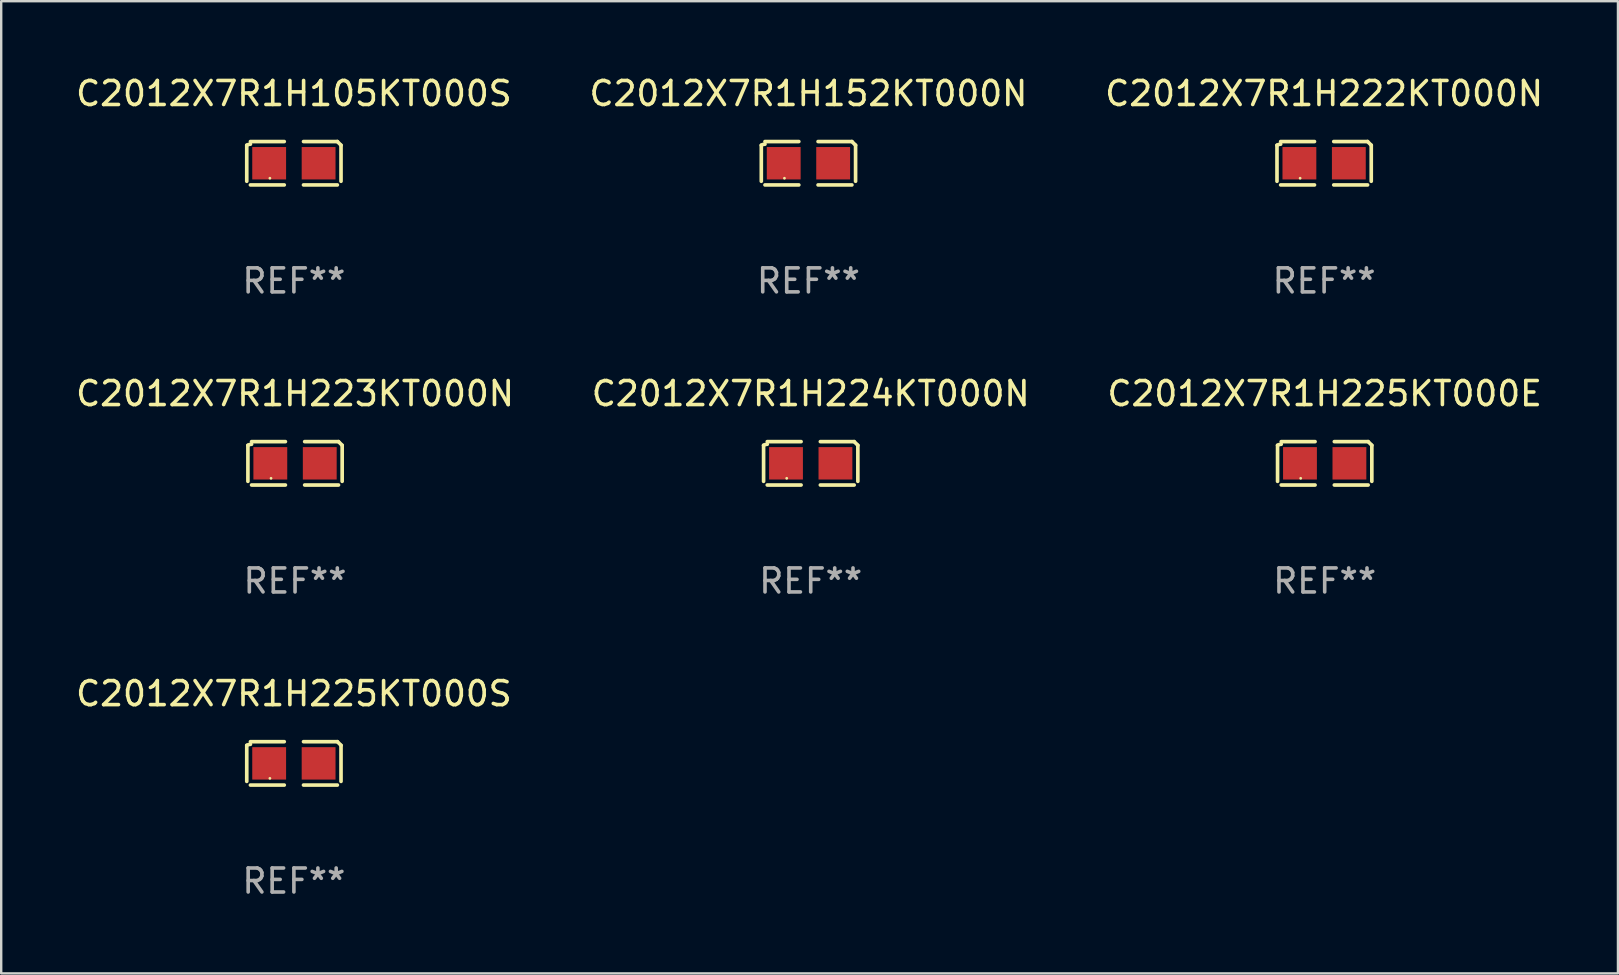
<source format=kicad_pcb>
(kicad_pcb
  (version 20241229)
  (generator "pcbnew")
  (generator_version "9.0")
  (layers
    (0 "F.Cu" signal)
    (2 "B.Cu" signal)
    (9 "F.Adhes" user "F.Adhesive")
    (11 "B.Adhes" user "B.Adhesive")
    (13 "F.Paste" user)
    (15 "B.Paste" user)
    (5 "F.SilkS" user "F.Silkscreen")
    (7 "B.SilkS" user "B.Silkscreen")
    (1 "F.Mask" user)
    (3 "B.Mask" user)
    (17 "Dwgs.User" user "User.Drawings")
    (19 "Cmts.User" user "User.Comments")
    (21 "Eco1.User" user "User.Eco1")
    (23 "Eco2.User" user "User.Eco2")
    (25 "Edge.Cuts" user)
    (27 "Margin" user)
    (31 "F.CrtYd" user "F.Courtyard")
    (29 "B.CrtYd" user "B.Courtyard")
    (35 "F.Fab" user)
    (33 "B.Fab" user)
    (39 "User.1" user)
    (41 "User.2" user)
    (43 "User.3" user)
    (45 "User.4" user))
  (footprint "C2012X7R1H105KT000S"
    (layer "F.Cu")
    (at 9.196 3.752)
    (property "Reference" "C2012X7R1H105KT000S" (at 0 -2.904 0) (layer "F.SilkS") (effects (font (size 1 1) (thickness 0.15))))
    (attr through_hole)
    (fp_line (start -1.964 0.751) (end -1.964 -0.751) (stroke (width 0.152) (type solid)) (layer "F.SilkS"))
    (fp_line (start -1.811 -0.904) (end -0.401 -0.904) (stroke (width 0.152) (type solid)) (layer "F.SilkS"))
    (fp_line (start -0.401 0.904) (end -1.811 0.904) (stroke (width 0.152) (type solid)) (layer "F.SilkS"))
    (fp_line (start 0.401 0.904) (end 1.811 0.904) (stroke (width 0.152) (type solid)) (layer "F.SilkS"))
    (fp_line (start 1.811 -0.904) (end 0.401 -0.904) (stroke (width 0.152) (type solid)) (layer "F.SilkS"))
    (fp_line (start 1.964 0.751) (end 1.964 -0.751) (stroke (width 0.152) (type solid)) (layer "F.SilkS"))
    (fp_arc (start -1.963602 -0.751207) (mid -1.890354 -0.783131) (end -1.811201 -0.794044) (stroke (width 0.1524) (type solid)) (layer "F.SilkS"))
    (fp_arc (start 1.811202 -0.903607) (mid 1.887413 -0.827418) (end 1.963602 -0.751207) (stroke (width 0.1524) (type solid)) (layer "F.SilkS"))
    (fp_circle (center -1 0.625) (end -0.97 0.625) (stroke (width 0.06) (type solid)) (fill no) (layer "F.SilkS"))
    (fp_text user "REF**" (at 0 4.904 0) (layer "F.Fab") (effects (font (size 1 1) (thickness 0.15))))
    (pad "1" smd rect (at -1.03 0) (size 1.41 1.35) (layers "F.Cu" "F.Mask" "F.Paste"))
    (pad "2" smd rect (at 1.03 0) (size 1.41 1.35) (layers "F.Cu" "F.Mask" "F.Paste")))
  (footprint "C2012X7R1H225KT000E"
    (layer "F.Cu")
    (at 52.149 16.256)
    (property "Reference" "C2012X7R1H225KT000E" (at 0 -2.904 0) (layer "F.SilkS") (effects (font (size 1 1) (thickness 0.15))))
    (attr through_hole)
    (fp_line (start -1.964 0.751) (end -1.964 -0.751) (stroke (width 0.152) (type solid)) (layer "F.SilkS"))
    (fp_line (start -1.811 -0.904) (end -0.401 -0.904) (stroke (width 0.152) (type solid)) (layer "F.SilkS"))
    (fp_line (start -0.401 0.904) (end -1.811 0.904) (stroke (width 0.152) (type solid)) (layer "F.SilkS"))
    (fp_line (start 0.401 0.904) (end 1.811 0.904) (stroke (width 0.152) (type solid)) (layer "F.SilkS"))
    (fp_line (start 1.811 -0.904) (end 0.401 -0.904) (stroke (width 0.152) (type solid)) (layer "F.SilkS"))
    (fp_line (start 1.964 0.751) (end 1.964 -0.751) (stroke (width 0.152) (type solid)) (layer "F.SilkS"))
    (fp_arc (start -1.963602 -0.751207) (mid -1.890354 -0.783131) (end -1.811201 -0.794044) (stroke (width 0.1524) (type solid)) (layer "F.SilkS"))
    (fp_arc (start 1.811202 -0.903607) (mid 1.887413 -0.827418) (end 1.963602 -0.751207) (stroke (width 0.1524) (type solid)) (layer "F.SilkS"))
    (fp_circle (center -1 0.625) (end -0.97 0.625) (stroke (width 0.06) (type solid)) (fill no) (layer "F.SilkS"))
    (fp_text user "REF**" (at 0 4.904 0) (layer "F.Fab") (effects (font (size 1 1) (thickness 0.15))))
    (pad "1" smd rect (at -1.03 0) (size 1.41 1.35) (layers "F.Cu" "F.Mask" "F.Paste"))
    (pad "2" smd rect (at 1.03 0) (size 1.41 1.35) (layers "F.Cu" "F.Mask" "F.Paste")))
  (footprint "C2012X7R1H224KT000N"
    (layer "F.Cu")
    (at 30.732 16.256)
    (property "Reference" "C2012X7R1H224KT000N" (at 0 -2.904 0) (layer "F.SilkS") (effects (font (size 1 1) (thickness 0.15))))
    (attr through_hole)
    (fp_line (start -1.964 0.751) (end -1.964 -0.751) (stroke (width 0.152) (type solid)) (layer "F.SilkS"))
    (fp_line (start -1.811 -0.904) (end -0.401 -0.904) (stroke (width 0.152) (type solid)) (layer "F.SilkS"))
    (fp_line (start -0.401 0.904) (end -1.811 0.904) (stroke (width 0.152) (type solid)) (layer "F.SilkS"))
    (fp_line (start 0.401 0.904) (end 1.811 0.904) (stroke (width 0.152) (type solid)) (layer "F.SilkS"))
    (fp_line (start 1.811 -0.904) (end 0.401 -0.904) (stroke (width 0.152) (type solid)) (layer "F.SilkS"))
    (fp_line (start 1.964 0.751) (end 1.964 -0.751) (stroke (width 0.152) (type solid)) (layer "F.SilkS"))
    (fp_arc (start -1.963602 -0.751207) (mid -1.890354 -0.783131) (end -1.811201 -0.794044) (stroke (width 0.1524) (type solid)) (layer "F.SilkS"))
    (fp_arc (start 1.811202 -0.903607) (mid 1.887413 -0.827418) (end 1.963602 -0.751207) (stroke (width 0.1524) (type solid)) (layer "F.SilkS"))
    (fp_circle (center -1 0.625) (end -0.97 0.625) (stroke (width 0.06) (type solid)) (fill no) (layer "F.SilkS"))
    (fp_text user "REF**" (at 0 4.904 0) (layer "F.Fab") (effects (font (size 1 1) (thickness 0.15))))
    (pad "1" smd rect (at -1.03 0) (size 1.41 1.35) (layers "F.Cu" "F.Mask" "F.Paste"))
    (pad "2" smd rect (at 1.03 0) (size 1.41 1.35) (layers "F.Cu" "F.Mask" "F.Paste")))
  (footprint "C2012X7R1H152KT000N"
    (layer "F.Cu")
    (at 30.637 3.752)
    (property "Reference" "C2012X7R1H152KT000N" (at 0 -2.904 0) (layer "F.SilkS") (effects (font (size 1 1) (thickness 0.15))))
    (attr through_hole)
    (fp_line (start -1.964 0.751) (end -1.964 -0.751) (stroke (width 0.152) (type solid)) (layer "F.SilkS"))
    (fp_line (start -1.811 -0.904) (end -0.401 -0.904) (stroke (width 0.152) (type solid)) (layer "F.SilkS"))
    (fp_line (start -0.401 0.904) (end -1.811 0.904) (stroke (width 0.152) (type solid)) (layer "F.SilkS"))
    (fp_line (start 0.401 0.904) (end 1.811 0.904) (stroke (width 0.152) (type solid)) (layer "F.SilkS"))
    (fp_line (start 1.811 -0.904) (end 0.401 -0.904) (stroke (width 0.152) (type solid)) (layer "F.SilkS"))
    (fp_line (start 1.964 0.751) (end 1.964 -0.751) (stroke (width 0.152) (type solid)) (layer "F.SilkS"))
    (fp_arc (start -1.963602 -0.751207) (mid -1.890354 -0.783131) (end -1.811201 -0.794044) (stroke (width 0.1524) (type solid)) (layer "F.SilkS"))
    (fp_arc (start 1.811202 -0.903607) (mid 1.887413 -0.827418) (end 1.963602 -0.751207) (stroke (width 0.1524) (type solid)) (layer "F.SilkS"))
    (fp_circle (center -1 0.625) (end -0.97 0.625) (stroke (width 0.06) (type solid)) (fill no) (layer "F.SilkS"))
    (fp_text user "REF**" (at 0 4.904 0) (layer "F.Fab") (effects (font (size 1 1) (thickness 0.15))))
    (pad "1" smd rect (at -1.03 0) (size 1.41 1.35) (layers "F.Cu" "F.Mask" "F.Paste"))
    (pad "2" smd rect (at 1.03 0) (size 1.41 1.35) (layers "F.Cu" "F.Mask" "F.Paste")))
  (footprint "C2012X7R1H225KT000S"
    (layer "F.Cu")
    (at 9.196 28.759)
    (property "Reference" "C2012X7R1H225KT000S" (at 0 -2.904 0) (layer "F.SilkS") (effects (font (size 1 1) (thickness 0.15))))
    (attr through_hole)
    (fp_line (start -1.964 0.751) (end -1.964 -0.751) (stroke (width 0.152) (type solid)) (layer "F.SilkS"))
    (fp_line (start -1.811 -0.904) (end -0.401 -0.904) (stroke (width 0.152) (type solid)) (layer "F.SilkS"))
    (fp_line (start -0.401 0.904) (end -1.811 0.904) (stroke (width 0.152) (type solid)) (layer "F.SilkS"))
    (fp_line (start 0.401 0.904) (end 1.811 0.904) (stroke (width 0.152) (type solid)) (layer "F.SilkS"))
    (fp_line (start 1.811 -0.904) (end 0.401 -0.904) (stroke (width 0.152) (type solid)) (layer "F.SilkS"))
    (fp_line (start 1.964 0.751) (end 1.964 -0.751) (stroke (width 0.152) (type solid)) (layer "F.SilkS"))
    (fp_arc (start -1.963602 -0.751207) (mid -1.890354 -0.783131) (end -1.811201 -0.794044) (stroke (width 0.1524) (type solid)) (layer "F.SilkS"))
    (fp_arc (start 1.811202 -0.903607) (mid 1.887413 -0.827418) (end 1.963602 -0.751207) (stroke (width 0.1524) (type solid)) (layer "F.SilkS"))
    (fp_circle (center -1 0.625) (end -0.97 0.625) (stroke (width 0.06) (type solid)) (fill no) (layer "F.SilkS"))
    (fp_text user "REF**" (at 0 4.904 0) (layer "F.Fab") (effects (font (size 1 1) (thickness 0.15))))
    (pad "1" smd rect (at -1.03 0) (size 1.41 1.35) (layers "F.Cu" "F.Mask" "F.Paste"))
    (pad "2" smd rect (at 1.03 0) (size 1.41 1.35) (layers "F.Cu" "F.Mask" "F.Paste")))
  (footprint "C2012X7R1H222KT000N"
    (layer "F.Cu")
    (at 52.125 3.752)
    (property "Reference" "C2012X7R1H222KT000N" (at 0 -2.904 0) (layer "F.SilkS") (effects (font (size 1 1) (thickness 0.15))))
    (attr through_hole)
    (fp_line (start -1.964 0.751) (end -1.964 -0.751) (stroke (width 0.152) (type solid)) (layer "F.SilkS"))
    (fp_line (start -1.811 -0.904) (end -0.401 -0.904) (stroke (width 0.152) (type solid)) (layer "F.SilkS"))
    (fp_line (start -0.401 0.904) (end -1.811 0.904) (stroke (width 0.152) (type solid)) (layer "F.SilkS"))
    (fp_line (start 0.401 0.904) (end 1.811 0.904) (stroke (width 0.152) (type solid)) (layer "F.SilkS"))
    (fp_line (start 1.811 -0.904) (end 0.401 -0.904) (stroke (width 0.152) (type solid)) (layer "F.SilkS"))
    (fp_line (start 1.964 0.751) (end 1.964 -0.751) (stroke (width 0.152) (type solid)) (layer "F.SilkS"))
    (fp_arc (start -1.963602 -0.751207) (mid -1.890354 -0.783131) (end -1.811201 -0.794044) (stroke (width 0.1524) (type solid)) (layer "F.SilkS"))
    (fp_arc (start 1.811202 -0.903607) (mid 1.887413 -0.827418) (end 1.963602 -0.751207) (stroke (width 0.1524) (type solid)) (layer "F.SilkS"))
    (fp_circle (center -1 0.625) (end -0.97 0.625) (stroke (width 0.06) (type solid)) (fill no) (layer "F.SilkS"))
    (fp_text user "REF**" (at 0 4.904 0) (layer "F.Fab") (effects (font (size 1 1) (thickness 0.15))))
    (pad "1" smd rect (at -1.03 0) (size 1.41 1.35) (layers "F.Cu" "F.Mask" "F.Paste"))
    (pad "2" smd rect (at 1.03 0) (size 1.41 1.35) (layers "F.Cu" "F.Mask" "F.Paste")))
  (footprint "C2012X7R1H223KT000N"
    (layer "F.Cu")
    (at 9.244 16.256)
    (property "Reference" "C2012X7R1H223KT000N" (at 0 -2.904 0) (layer "F.SilkS") (effects (font (size 1 1) (thickness 0.15))))
    (attr through_hole)
    (fp_line (start -1.964 0.751) (end -1.964 -0.751) (stroke (width 0.152) (type solid)) (layer "F.SilkS"))
    (fp_line (start -1.811 -0.904) (end -0.401 -0.904) (stroke (width 0.152) (type solid)) (layer "F.SilkS"))
    (fp_line (start -0.401 0.904) (end -1.811 0.904) (stroke (width 0.152) (type solid)) (layer "F.SilkS"))
    (fp_line (start 0.401 0.904) (end 1.811 0.904) (stroke (width 0.152) (type solid)) (layer "F.SilkS"))
    (fp_line (start 1.811 -0.904) (end 0.401 -0.904) (stroke (width 0.152) (type solid)) (layer "F.SilkS"))
    (fp_line (start 1.964 0.751) (end 1.964 -0.751) (stroke (width 0.152) (type solid)) (layer "F.SilkS"))
    (fp_arc (start -1.963602 -0.751207) (mid -1.890354 -0.783131) (end -1.811201 -0.794044) (stroke (width 0.1524) (type solid)) (layer "F.SilkS"))
    (fp_arc (start 1.811202 -0.903607) (mid 1.887413 -0.827418) (end 1.963602 -0.751207) (stroke (width 0.1524) (type solid)) (layer "F.SilkS"))
    (fp_circle (center -1 0.625) (end -0.97 0.625) (stroke (width 0.06) (type solid)) (fill no) (layer "F.SilkS"))
    (fp_text user "REF**" (at 0 4.904 0) (layer "F.Fab") (effects (font (size 1 1) (thickness 0.15))))
    (pad "1" smd rect (at -1.03 0) (size 1.41 1.35) (layers "F.Cu" "F.Mask" "F.Paste"))
    (pad "2" smd rect (at 1.03 0) (size 1.41 1.35) (layers "F.Cu" "F.Mask" "F.Paste")))
  (gr_rect
    (start -3 -3)
    (end 64.369 37.511)
    (stroke (width 0.1) (type default))
    (fill no)
    (layer "Edge.Cuts")))
</source>
